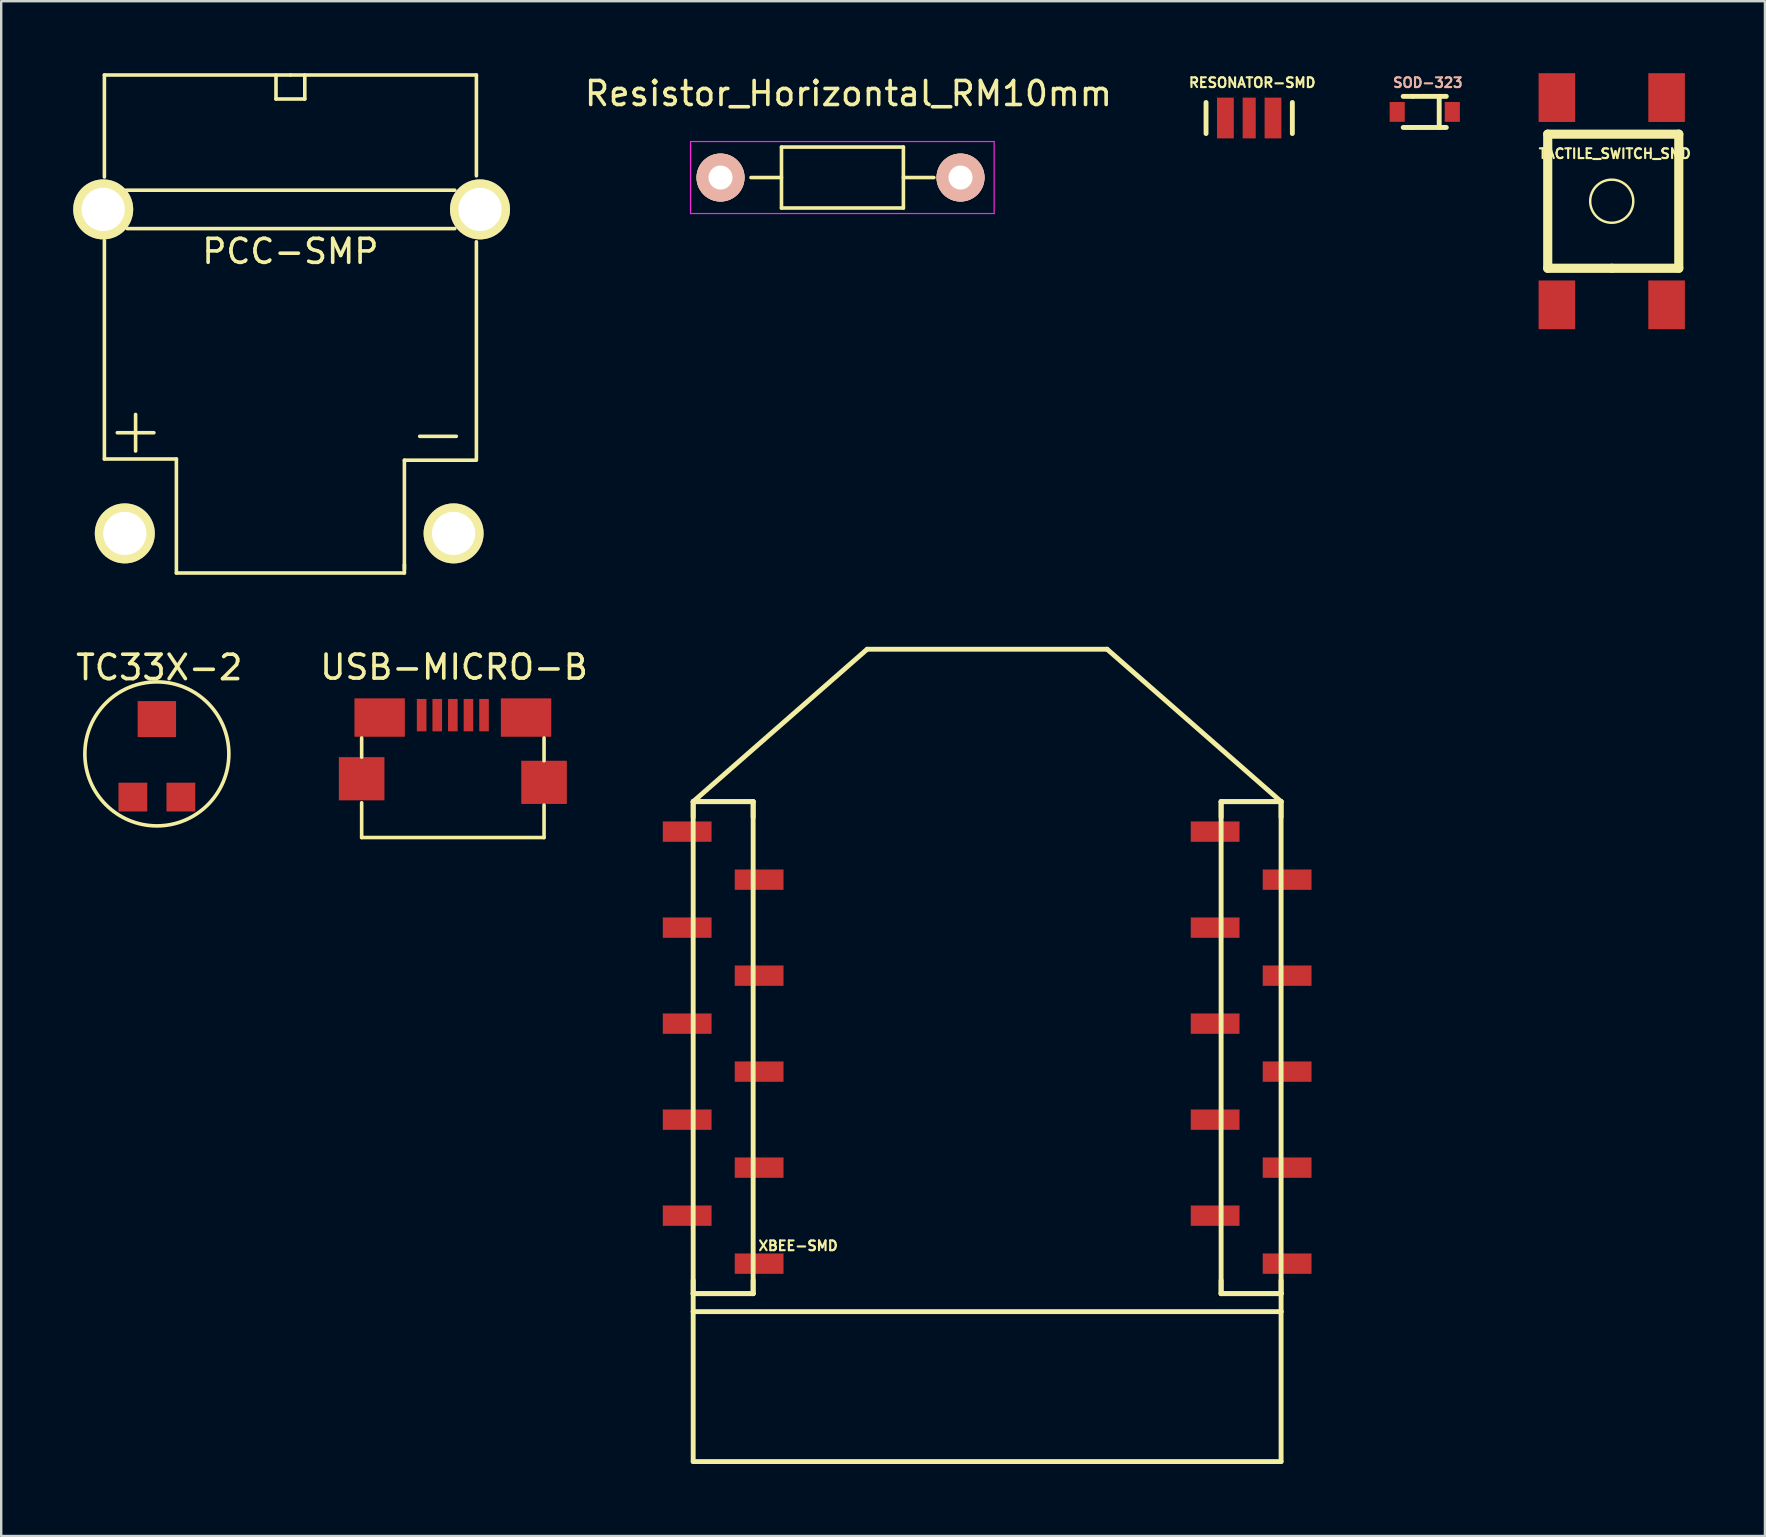
<source format=kicad_pcb>
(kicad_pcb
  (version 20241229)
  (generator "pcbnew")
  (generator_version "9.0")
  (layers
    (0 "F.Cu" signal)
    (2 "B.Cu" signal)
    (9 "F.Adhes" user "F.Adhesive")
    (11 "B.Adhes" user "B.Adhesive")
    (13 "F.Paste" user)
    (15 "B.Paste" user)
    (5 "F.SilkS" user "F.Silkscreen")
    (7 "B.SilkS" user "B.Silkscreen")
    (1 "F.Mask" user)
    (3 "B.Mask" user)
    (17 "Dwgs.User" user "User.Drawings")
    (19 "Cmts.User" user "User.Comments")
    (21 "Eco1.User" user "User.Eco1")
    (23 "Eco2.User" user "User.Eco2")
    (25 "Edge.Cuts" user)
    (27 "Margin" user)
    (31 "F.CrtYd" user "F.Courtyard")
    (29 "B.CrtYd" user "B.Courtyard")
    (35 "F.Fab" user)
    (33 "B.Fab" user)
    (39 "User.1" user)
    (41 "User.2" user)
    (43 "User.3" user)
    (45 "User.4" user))
  (footprint "TACTILE_SWITCH_SMD"
    (layer "F.Cu")
    (at 64.106 5.334)
    (property "Reference" "TACTILE_SWITCH_SMD" (at 0.127 -1.981 0) (layer "F.SilkS") (effects (font (size 0.406 0.406) (thickness 0.089))))
    (attr smd)
    (fp_line (start -2.667 -2.794) (end -2.667 2.794) (stroke (width 0.381) (type solid)) (layer "F.SilkS"))
    (fp_line (start -2.667 2.794) (end 0 2.794) (stroke (width 0.381) (type solid)) (layer "F.SilkS"))
    (fp_line (start 0 2.794) (end 2.794 2.794) (stroke (width 0.381) (type solid)) (layer "F.SilkS"))
    (fp_line (start 2.794 -2.794) (end -2.667 -2.794) (stroke (width 0.381) (type solid)) (layer "F.SilkS"))
    (fp_line (start 2.794 2.794) (end 2.794 -2.794) (stroke (width 0.381) (type solid)) (layer "F.SilkS"))
    (fp_circle (center 0 0) (end -0.635 0.635) (stroke (width 0.102) (type solid)) (fill no) (layer "F.SilkS"))
    (pad "1" smd rect (at -2.286 -4.318) (size 1.524 2.032) (layers "F.Cu" "F.Mask" "F.Paste"))
    (pad "2" smd rect (at -2.286 4.318) (size 1.524 2.032) (layers "F.Cu" "F.Mask" "F.Paste"))
    (pad "3" smd rect (at 2.286 4.318) (size 1.524 2.032) (layers "F.Cu" "F.Mask" "F.Paste"))
    (pad "4" smd rect (at 2.286 -4.318) (size 1.524 2.032) (layers "F.Cu" "F.Mask" "F.Paste")))
  (footprint "RESONATOR-SMD"
    (layer "F.Cu")
    (at 49 1.867)
    (property "Reference" "RESONATOR-SMD" (at 0.127 -1.473 0) (layer "F.SilkS") (effects (font (size 0.406 0.406) (thickness 0.089))))
    (attr smd)
    (fp_line (start -1.798 0.648) (end -1.798 -0.648) (stroke (width 0.203) (type solid)) (layer "F.SilkS"))
    (fp_line (start 1.798 -0.648) (end 1.798 0.648) (stroke (width 0.203) (type solid)) (layer "F.SilkS"))
    (pad "1" smd rect (at -0.991 0) (size 0.699 1.699) (layers "F.Cu" "F.Mask" "F.Paste"))
    (pad "2" smd rect (at 0 0) (size 0.546 1.699) (layers "F.Cu" "F.Mask" "F.Paste"))
    (pad "3" smd rect (at 0.991 0) (size 0.699 1.699) (layers "F.Cu" "F.Mask" "F.Paste")))
  (footprint "PCC-SMP"
    (layer "F.Cu")
    (at 9.05 12.425)
    (property "Reference" "PCC-SMP" (at 0 -5 0) (layer "F.SilkS") (effects (font (size 1 1) (thickness 0.15))))
    (attr through_hole)
    (fp_line (start -7.75 -12.35) (end -7.75 -8.1) (stroke (width 0.15) (type solid)) (layer "F.SilkS"))
    (fp_line (start -7.75 -5.45) (end -7.75 3.65) (stroke (width 0.15) (type solid)) (layer "F.SilkS"))
    (fp_line (start -7.75 3.65) (end -4.75 3.65) (stroke (width 0.15) (type solid)) (layer "F.SilkS"))
    (fp_line (start -6.85 -7.55) (end 6.85 -7.55) (stroke (width 0.15) (type solid)) (layer "F.SilkS"))
    (fp_line (start -6.8 -5.95) (end 6.85 -5.95) (stroke (width 0.15) (type solid)) (layer "F.SilkS"))
    (fp_line (start -4.75 3.65) (end -4.75 8.4) (stroke (width 0.15) (type solid)) (layer "F.SilkS"))
    (fp_line (start -4.75 8.4) (end 4.75 8.4) (stroke (width 0.15) (type solid)) (layer "F.SilkS"))
    (fp_line (start -0.6 -11.35) (end -0.6 -12.35) (stroke (width 0.15) (type solid)) (layer "F.SilkS"))
    (fp_line (start 0 -12.35) (end -7.75 -12.35) (stroke (width 0.15) (type solid)) (layer "F.SilkS"))
    (fp_line (start 0 -12.35) (end 7.75 -12.35) (stroke (width 0.15) (type solid)) (layer "F.SilkS"))
    (fp_line (start 0.6 -12.35) (end 0.6 -11.35) (stroke (width 0.15) (type solid)) (layer "F.SilkS"))
    (fp_line (start 0.6 -11.35) (end -0.6 -11.35) (stroke (width 0.15) (type solid)) (layer "F.SilkS"))
    (fp_line (start 4.75 3.7) (end 4.75 8.25) (stroke (width 0.15) (type solid)) (layer "F.SilkS"))
    (fp_line (start 4.75 8.4) (end 4.75 8.05) (stroke (width 0.15) (type solid)) (layer "F.SilkS"))
    (fp_line (start 7.75 -12.35) (end 7.75 -8.15) (stroke (width 0.15) (type solid)) (layer "F.SilkS"))
    (fp_line (start 7.75 -5.4) (end 7.75 3.65) (stroke (width 0.15) (type solid)) (layer "F.SilkS"))
    (fp_line (start 7.75 3.7) (end 4.75 3.7) (stroke (width 0.15) (type solid)) (layer "F.SilkS"))
    (fp_text user "+" (at -6.45 2.4 0) (layer "F.SilkS") (effects (font (size 2 2) (thickness 0.15))))
    (fp_text user "-" (at 6.15 2.55 0) (layer "F.SilkS") (effects (font (size 2 2) (thickness 0.15))))
    (pad "" thru_hole circle (at -7.8 -6.75) (size 2.5 2.5) (drill 1.8) (layers "*.Cu" "*.Mask" "F.SilkS"))
    (pad "" thru_hole circle (at 7.9 -6.75) (size 2.5 2.5) (drill 1.8) (layers "*.Cu" "*.Mask" "F.SilkS"))
    (pad "1" thru_hole circle (at -6.9 6.75) (size 2.5 2.5) (drill 1.8) (layers "*.Cu" "*.Mask" "F.SilkS"))
    (pad "2" thru_hole circle (at 6.8 6.75) (size 2.5 2.5) (drill 1.8) (layers "*.Cu" "*.Mask" "F.SilkS")))
  (footprint "XBEE-SMD"
    (layer "F.Cu")
    (at 38.081 51.601)
    (property "Reference" "XBEE-SMD" (at -7.874 -2.743 0) (layer "F.SilkS") (effects (font (size 0.406 0.406) (thickness 0.089))))
    (attr smd)
    (fp_line (start -12.248 -21.25) (end -12.248 -20.599) (stroke (width 0.203) (type solid)) (layer "F.SilkS"))
    (fp_line (start -12.248 -21.25) (end -9.749 -21.25) (stroke (width 0.203) (type solid)) (layer "F.SilkS"))
    (fp_line (start -12.248 -21.25) (end -4.999 -27.6) (stroke (width 0.203) (type solid)) (layer "F.SilkS"))
    (fp_line (start -12.248 -0.749) (end -12.248 -21.25) (stroke (width 0.203) (type solid)) (layer "F.SilkS"))
    (fp_line (start -12.248 -0.749) (end -12.248 -1.298) (stroke (width 0.203) (type solid)) (layer "F.SilkS"))
    (fp_line (start -12.248 -0.749) (end -12.248 0) (stroke (width 0.203) (type solid)) (layer "F.SilkS"))
    (fp_line (start -12.248 -0.749) (end -9.749 -0.749) (stroke (width 0.203) (type solid)) (layer "F.SilkS"))
    (fp_line (start -12.248 -0.749) (end -9.749 -0.749) (stroke (width 0.203) (type solid)) (layer "F.SilkS"))
    (fp_line (start -12.248 0) (end -12.248 6.248) (stroke (width 0.203) (type solid)) (layer "F.SilkS"))
    (fp_line (start -12.248 0) (end 12.248 0) (stroke (width 0.203) (type solid)) (layer "F.SilkS"))
    (fp_line (start -12.248 6.248) (end 12.248 6.248) (stroke (width 0.203) (type solid)) (layer "F.SilkS"))
    (fp_line (start -9.749 -21.25) (end -12.248 -21.25) (stroke (width 0.203) (type solid)) (layer "F.SilkS"))
    (fp_line (start -9.749 -21.25) (end -9.749 -0.749) (stroke (width 0.203) (type solid)) (layer "F.SilkS"))
    (fp_line (start -9.749 -20.599) (end -9.749 -21.25) (stroke (width 0.203) (type solid)) (layer "F.SilkS"))
    (fp_line (start -9.749 -0.749) (end -9.749 -1.298) (stroke (width 0.203) (type solid)) (layer "F.SilkS"))
    (fp_line (start -4.999 -27.6) (end 4.999 -27.6) (stroke (width 0.203) (type solid)) (layer "F.SilkS"))
    (fp_line (start 9.749 -21.25) (end 9.749 -20.599) (stroke (width 0.203) (type solid)) (layer "F.SilkS"))
    (fp_line (start 9.749 -21.25) (end 12.248 -21.25) (stroke (width 0.203) (type solid)) (layer "F.SilkS"))
    (fp_line (start 9.749 -0.749) (end 9.749 -21.25) (stroke (width 0.203) (type solid)) (layer "F.SilkS"))
    (fp_line (start 9.749 -0.749) (end 9.749 -1.298) (stroke (width 0.203) (type solid)) (layer "F.SilkS"))
    (fp_line (start 9.749 -0.749) (end 12.248 -0.749) (stroke (width 0.203) (type solid)) (layer "F.SilkS"))
    (fp_line (start 9.749 -0.749) (end 12.248 -0.749) (stroke (width 0.203) (type solid)) (layer "F.SilkS"))
    (fp_line (start 12.248 -21.25) (end 4.999 -27.6) (stroke (width 0.203) (type solid)) (layer "F.SilkS"))
    (fp_line (start 12.248 -21.25) (end 9.749 -21.25) (stroke (width 0.203) (type solid)) (layer "F.SilkS"))
    (fp_line (start 12.248 -21.25) (end 12.248 -0.749) (stroke (width 0.203) (type solid)) (layer "F.SilkS"))
    (fp_line (start 12.248 -20.599) (end 12.248 -21.25) (stroke (width 0.203) (type solid)) (layer "F.SilkS"))
    (fp_line (start 12.248 -0.749) (end 12.248 -1.298) (stroke (width 0.203) (type solid)) (layer "F.SilkS"))
    (fp_line (start 12.248 -0.749) (end 12.248 0) (stroke (width 0.203) (type solid)) (layer "F.SilkS"))
    (fp_line (start 12.248 0) (end 12.248 6.248) (stroke (width 0.203) (type solid)) (layer "F.SilkS"))
    (pad "1" smd rect (at -12.499 -20) (size 2.032 0.848) (layers "F.Cu" "F.Mask" "F.Paste"))
    (pad "2" smd rect (at -9.5 -17.998) (size 2.032 0.848) (layers "F.Cu" "F.Mask" "F.Paste"))
    (pad "3" smd rect (at -12.499 -15.999) (size 2.032 0.848) (layers "F.Cu" "F.Mask" "F.Paste"))
    (pad "4" smd rect (at -9.5 -13.998) (size 2.032 0.848) (layers "F.Cu" "F.Mask" "F.Paste"))
    (pad "5" smd rect (at -12.499 -11.999) (size 2.032 0.848) (layers "F.Cu" "F.Mask" "F.Paste"))
    (pad "6" smd rect (at -9.5 -10) (size 2.032 0.848) (layers "F.Cu" "F.Mask" "F.Paste"))
    (pad "7" smd rect (at -12.499 -7.998) (size 2.032 0.848) (layers "F.Cu" "F.Mask" "F.Paste"))
    (pad "8" smd rect (at -9.5 -5.999) (size 2.032 0.848) (layers "F.Cu" "F.Mask" "F.Paste"))
    (pad "9" smd rect (at -12.499 -3.998) (size 2.032 0.848) (layers "F.Cu" "F.Mask" "F.Paste"))
    (pad "10" smd rect (at -9.5 -1.999) (size 2.032 0.848) (layers "F.Cu" "F.Mask" "F.Paste"))
    (pad "11" smd rect (at 12.499 -1.999) (size 2.032 0.848) (layers "F.Cu" "F.Mask" "F.Paste"))
    (pad "12" smd rect (at 9.5 -3.998) (size 2.032 0.848) (layers "F.Cu" "F.Mask" "F.Paste"))
    (pad "13" smd rect (at 12.499 -5.999) (size 2.032 0.848) (layers "F.Cu" "F.Mask" "F.Paste"))
    (pad "14" smd rect (at 9.5 -7.998) (size 2.032 0.848) (layers "F.Cu" "F.Mask" "F.Paste"))
    (pad "15" smd rect (at 12.499 -10) (size 2.032 0.848) (layers "F.Cu" "F.Mask" "F.Paste"))
    (pad "16" smd rect (at 9.5 -11.999) (size 2.032 0.848) (layers "F.Cu" "F.Mask" "F.Paste"))
    (pad "17" smd rect (at 12.499 -13.998) (size 2.032 0.848) (layers "F.Cu" "F.Mask" "F.Paste"))
    (pad "18" smd rect (at 9.5 -15.999) (size 2.032 0.848) (layers "F.Cu" "F.Mask" "F.Paste"))
    (pad "19" smd rect (at 12.499 -17.998) (size 2.032 0.848) (layers "F.Cu" "F.Mask" "F.Paste"))
    (pad "20" smd rect (at 9.5 -20) (size 2.032 0.848) (layers "F.Cu" "F.Mask" "F.Paste")))
  (footprint "Resistor_Horizontal_RM10mm"
    (layer "F.Cu")
    (at 26.972 4.348)
    (property "Reference" "Resistor_Horizontal_RM10mm" (at 5.329 -3.5 0) (layer "F.SilkS") (effects (font (size 1 1) (thickness 0.15))))
    (attr through_hole)
    (fp_line (start 2.54 -1.27) (end 7.62 -1.27) (stroke (width 0.15) (type solid)) (layer "F.SilkS"))
    (fp_line (start 2.54 0) (end 1.27 0) (stroke (width 0.15) (type solid)) (layer "F.SilkS"))
    (fp_line (start 2.54 1.27) (end 2.54 -1.27) (stroke (width 0.15) (type solid)) (layer "F.SilkS"))
    (fp_line (start 7.62 -1.27) (end 7.62 1.27) (stroke (width 0.15) (type solid)) (layer "F.SilkS"))
    (fp_line (start 7.62 0) (end 8.89 0) (stroke (width 0.15) (type solid)) (layer "F.SilkS"))
    (fp_line (start 7.62 1.27) (end 2.54 1.27) (stroke (width 0.15) (type solid)) (layer "F.SilkS"))
    (fp_line (start -1.25 -1.5) (end 11.4 -1.5) (stroke (width 0.05) (type solid)) (layer "F.CrtYd"))
    (fp_line (start -1.25 1.5) (end -1.25 -1.5) (stroke (width 0.05) (type solid)) (layer "F.CrtYd"))
    (fp_line (start -1.25 1.5) (end 11.4 1.5) (stroke (width 0.05) (type solid)) (layer "F.CrtYd"))
    (fp_line (start 11.4 -1.5) (end 11.4 1.5) (stroke (width 0.05) (type solid)) (layer "F.CrtYd"))
    (pad "1" thru_hole circle (at 0 0) (size 1.999 1.999) (drill 1.001) (layers "*.Cu" "*.SilkS" "*.Mask"))
    (pad "2" thru_hole circle (at 10 0) (size 1.999 1.999) (drill 1.001) (layers "*.Cu" "*.SilkS" "*.Mask")))
  (footprint "SOD-323"
    (layer "F.Cu")
    (at 56.315 1.613)
    (property "Reference" "SOD-323" (at 0.127 -1.219 0) (layer "B.SilkS") (effects (font (size 0.406 0.406) (thickness 0.089))))
    (attr smd)
    (fp_line (start -0.899 -0.648) (end -0.498 -0.648) (stroke (width 0.203) (type solid)) (layer "F.SilkS"))
    (fp_line (start -0.899 0.648) (end -0.498 0.648) (stroke (width 0.203) (type solid)) (layer "F.SilkS"))
    (fp_line (start -0.498 -0.648) (end 0.899 -0.648) (stroke (width 0.203) (type solid)) (layer "F.SilkS"))
    (fp_line (start -0.498 0.648) (end 0.899 0.648) (stroke (width 0.203) (type solid)) (layer "F.SilkS"))
    (fp_line (start 0.602 -0.648) (end 0.602 0.648) (stroke (width 0.203) (type solid)) (layer "F.SilkS"))
    (pad "1" smd rect (at -1.148 0) (size 0.63 0.828) (layers "F.Cu" "F.Mask" "F.Paste"))
    (pad "2" smd rect (at 1.148 0) (size 0.63 0.828) (layers "F.Cu" "F.Mask" "F.Paste")))
  (footprint "TC33X-2"
    (layer "F.Cu")
    (at 3.486 28.362)
    (property "Reference" "TC33X-2" (at 0.1 -3.6 0) (layer "F.SilkS") (effects (font (size 1.016 1.016) (thickness 0.152))))
    (attr through_hole)
    (fp_circle (center 0 0) (end 3 0) (stroke (width 0.15) (type solid)) (fill no) (layer "F.SilkS"))
    (pad "1" smd rect (at -1 1.8) (size 1.2 1.2) (layers "F.Cu" "F.Mask" "F.Paste"))
    (pad "2" smd rect (at 0 -1.45) (size 1.6 1.5) (layers "F.Cu" "F.Mask" "F.Paste"))
    (pad "3" smd rect (at 1 1.8) (size 1.2 1.2) (layers "F.Cu" "F.Mask" "F.Paste")))
  (footprint "USB-MICRO-B"
    (layer "F.Cu")
    (at 15.819 26.748)
    (property "Reference" "USB-MICRO-B" (at 0.05 -2 0) (layer "F.SilkS") (effects (font (size 1 1) (thickness 0.15))))
    (attr through_hole)
    (fp_line (start -3.8 1.75) (end -3.8 0.95) (stroke (width 0.15) (type solid)) (layer "F.SilkS"))
    (fp_line (start -3.8 5.1) (end -3.8 3.65) (stroke (width 0.15) (type solid)) (layer "F.SilkS"))
    (fp_line (start 3.8 1.9) (end 3.8 0.95) (stroke (width 0.15) (type solid)) (layer "F.SilkS"))
    (fp_line (start 3.8 3.75) (end 3.8 5.1) (stroke (width 0.15) (type solid)) (layer "F.SilkS"))
    (fp_line (start 3.8 5.1) (end -3.8 5.1) (stroke (width 0.15) (type solid)) (layer "F.SilkS"))
    (pad "" smd rect (at -3.8 2.65) (size 1.9 1.8) (layers "F.Cu" "F.Mask" "F.Paste"))
    (pad "" smd rect (at -3.05 0.1) (size 2.1 1.6) (layers "F.Cu" "F.Mask" "F.Paste"))
    (pad "" smd rect (at 3.05 0.1) (size 2.1 1.6) (layers "F.Cu" "F.Mask" "F.Paste"))
    (pad "" smd rect (at 3.8 2.8) (size 1.9 1.8) (layers "F.Cu" "F.Mask" "F.Paste"))
    (pad "1" smd rect (at -1.3 0) (size 0.4 1.35) (layers "F.Cu" "F.Mask" "F.Paste"))
    (pad "2" smd rect (at -0.65 0) (size 0.4 1.35) (layers "F.Cu" "F.Mask" "F.Paste"))
    (pad "3" smd rect (at 0 0) (size 0.4 1.35) (layers "F.Cu" "F.Mask" "F.Paste"))
    (pad "4" smd rect (at 0.65 0) (size 0.4 1.35) (layers "F.Cu" "F.Mask" "F.Paste"))
    (pad "5" smd rect (at 1.3 0) (size 0.4 1.35) (layers "F.Cu" "F.Mask" "F.Paste")))
  (gr_rect
    (start -3 -3)
    (end 70.49 60.951)
    (stroke (width 0.1) (type default))
    (fill no)
    (layer "Edge.Cuts")))
</source>
